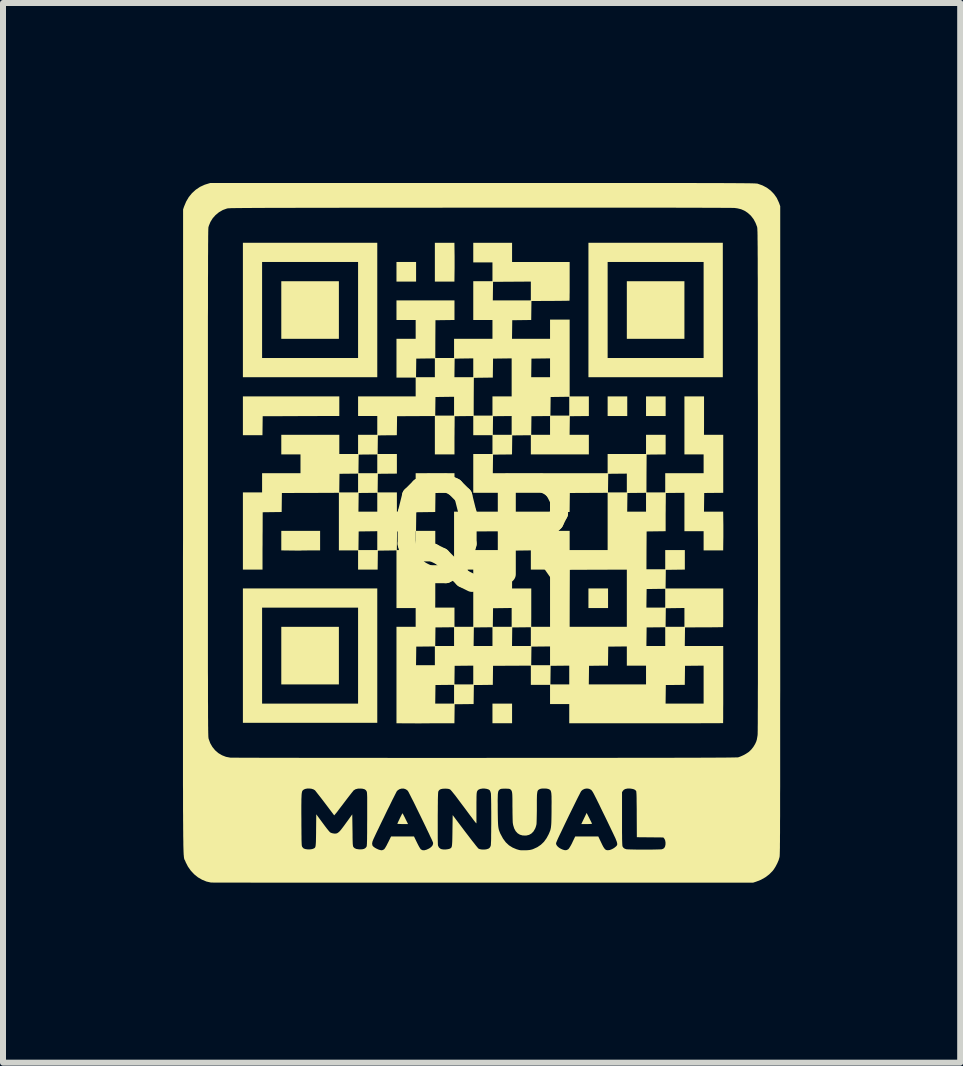
<source format=kicad_pcb>
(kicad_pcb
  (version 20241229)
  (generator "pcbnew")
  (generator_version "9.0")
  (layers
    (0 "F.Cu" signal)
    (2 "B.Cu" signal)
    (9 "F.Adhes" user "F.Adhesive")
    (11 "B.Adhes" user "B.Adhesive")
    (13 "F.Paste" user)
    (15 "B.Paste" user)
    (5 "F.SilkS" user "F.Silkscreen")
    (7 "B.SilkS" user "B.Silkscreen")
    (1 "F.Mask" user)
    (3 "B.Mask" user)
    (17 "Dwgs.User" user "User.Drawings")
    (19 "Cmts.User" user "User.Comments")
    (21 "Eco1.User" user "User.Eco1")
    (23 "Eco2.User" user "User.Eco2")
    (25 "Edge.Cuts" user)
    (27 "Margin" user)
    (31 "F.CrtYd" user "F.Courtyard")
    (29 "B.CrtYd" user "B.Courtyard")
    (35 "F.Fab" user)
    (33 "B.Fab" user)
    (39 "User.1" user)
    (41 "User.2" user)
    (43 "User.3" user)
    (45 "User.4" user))
  (footprint "QR"
    (layer "F.Cu")
    (at 4.999 5.832)
    (property "Reference" "QR" (at 0 0 0) (layer "F.SilkS") (effects (font (size 1.524 1.524) (thickness 0.3))))
    (attr board_only exclude_from_pos_files exclude_from_bom)
    (fp_poly (pts (xy -2.4 -3.234) (xy -3.36 -3.234) (xy -3.36 -4.194) (xy -2.4 -4.194)) (stroke (width 0) (type solid)) (fill yes) (layer "F.SilkS"))
    (fp_poly (pts (xy -2.4 2.527) (xy -3.36 2.527) (xy -3.36 1.567) (xy -2.4 1.567)) (stroke (width 0) (type solid)) (fill yes) (layer "F.SilkS"))
    (fp_poly (pts (xy -1.113 -4.188) (xy -1.44 -4.188) (xy -1.44 -4.515) (xy -1.113 -4.515)) (stroke (width 0) (type solid)) (fill yes) (layer "F.SilkS"))
    (fp_poly (pts (xy 0.487 3.174) (xy 0.16 3.174) (xy 0.16 2.847) (xy 0.487 2.847)) (stroke (width 0) (type solid)) (fill yes) (layer "F.SilkS"))
    (fp_poly (pts (xy 2.087 1.254) (xy 1.76 1.254) (xy 1.76 0.927) (xy 2.087 0.927)) (stroke (width 0) (type solid)) (fill yes) (layer "F.SilkS"))
    (fp_poly (pts (xy 2.407 -1.947) (xy 2.08 -1.947) (xy 2.08 -2.274) (xy 2.407 -2.274)) (stroke (width 0) (type solid)) (fill yes) (layer "F.SilkS"))
    (fp_poly (pts (xy 3.047 -1.947) (xy 2.72 -1.947) (xy 2.72 -2.274) (xy 3.047 -2.274)) (stroke (width 0) (type solid)) (fill yes) (layer "F.SilkS"))
    (fp_poly (pts (xy 3.36 -3.234) (xy 2.4 -3.234) (xy 2.4 -4.194) (xy 3.36 -4.194)) (stroke (width 0) (type solid)) (fill yes) (layer "F.SilkS"))
    (fp_poly (pts (xy -1.76 -2.594) (xy -4 -2.594) (xy -4 -2.914) (xy -3.68 -2.914) (xy -2.08 -2.914) (xy -2.08 -4.515) (xy -3.68 -4.515) (xy -3.68 -2.914) (xy -4 -2.914) (xy -4 -4.835) (xy -1.76 -4.835)) (stroke (width 0) (type solid)) (fill yes) (layer "F.SilkS"))
    (fp_poly (pts (xy -1.76 3.167) (xy -4 3.167) (xy -4 2.847) (xy -3.68 2.847) (xy -2.08 2.847) (xy -2.08 1.247) (xy -3.68 1.247) (xy -3.68 2.847) (xy -4 2.847) (xy -4 0.927) (xy -1.76 0.927)) (stroke (width 0) (type solid)) (fill yes) (layer "F.SilkS"))
    (fp_poly (pts (xy -0.472 -4.673) (xy -0.471 -4.614) (xy -0.471 -4.548) (xy -0.471 -4.478) (xy -0.471 -4.411) (xy -0.472 -4.352) (xy -0.472 -4.349) (xy -0.474 -4.188) (xy -0.8 -4.188) (xy -0.8 -4.835) (xy -0.474 -4.835)) (stroke (width 0) (type solid)) (fill yes) (layer "F.SilkS"))
    (fp_poly (pts (xy 4 -2.594) (xy 1.76 -2.594) (xy 1.76 -2.914) (xy 2.08 -2.914) (xy 3.68 -2.914) (xy 3.68 -4.515) (xy 2.08 -4.515) (xy 2.08 -2.914) (xy 1.76 -2.914) (xy 1.76 -4.835) (xy 4 -4.835)) (stroke (width 0) (type solid)) (fill yes) (layer "F.SilkS"))
    (fp_poly (pts (xy 1.775 4.757) (xy 1.79 4.788) (xy 1.804 4.815) (xy 1.814 4.836) (xy 1.819 4.848) (xy 1.82 4.85) (xy 1.814 4.851) (xy 1.796 4.853) (xy 1.771 4.854) (xy 1.739 4.855) (xy 1.73 4.855) (xy 1.641 4.855) (xy 1.73 4.669)) (stroke (width 0) (type solid)) (fill yes) (layer "F.SilkS"))
    (fp_poly (pts (xy -2.713 0.293) (xy -2.866 0.293) (xy -2.91 0.293) (xy -2.95 0.294) (xy -2.984 0.294) (xy -3.009 0.294) (xy -3.025 0.295) (xy -3.028 0.295) (xy -3.037 0.296) (xy -3.057 0.296) (xy -3.087 0.296) (xy -3.124 0.296) (xy -3.167 0.295) (xy -3.198 0.295) (xy -3.36 0.293) (xy -3.36 -0.033) (xy -2.713 -0.033)) (stroke (width 0) (type solid)) (fill yes) (layer "F.SilkS"))
    (fp_poly (pts (xy -2.393 -1.947) (xy -2.552 -1.947) (xy -2.586 -1.947) (xy -2.631 -1.947) (xy -2.687 -1.947) (xy -2.752 -1.947) (xy -2.823 -1.946) (xy -2.9 -1.946) (xy -2.981 -1.946) (xy -3.065 -1.946) (xy -3.149 -1.945) (xy -3.19 -1.945) (xy -3.67 -1.944) (xy -3.672 -1.785) (xy -3.674 -1.627) (xy -4 -1.627) (xy -4 -2.274) (xy -2.393 -2.274)) (stroke (width 0) (type solid)) (fill yes) (layer "F.SilkS"))
    (fp_poly (pts (xy -1.336 4.68) (xy -1.327 4.696) (xy -1.315 4.719) (xy -1.3 4.748) (xy -1.292 4.765) (xy -1.247 4.855) (xy -1.337 4.855) (xy -1.37 4.854) (xy -1.397 4.853) (xy -1.416 4.852) (xy -1.425 4.85) (xy -1.426 4.849) (xy -1.419 4.834) (xy -1.409 4.812) (xy -1.396 4.785) (xy -1.383 4.757) (xy -1.369 4.729) (xy -1.357 4.705) (xy -1.347 4.686) (xy -1.341 4.676) (xy -1.34 4.675)) (stroke (width 0) (type solid)) (fill yes) (layer "F.SilkS"))
    (fp_poly (pts (xy 0.487 -4.515) (xy 1.447 -4.515) (xy 1.447 -4.353) (xy 1.447 -4.276) (xy 1.447 -4.203) (xy 1.447 -4.134) (xy 1.447 -4.07) (xy 1.447 -4.014) (xy 1.446 -3.965) (xy 1.446 -3.925) (xy 1.445 -3.895) (xy 1.445 -3.876) (xy 1.444 -3.87) (xy 1.437 -3.869) (xy 1.418 -3.869) (xy 1.389 -3.868) (xy 1.35 -3.868) (xy 1.303 -3.867) (xy 1.249 -3.867) (xy 1.189 -3.866) (xy 1.126 -3.866) (xy 0.81 -3.864) (xy 0.808 -3.706) (xy 0.806 -3.548) (xy 0.648 -3.546) (xy 0.49 -3.544) (xy 0.488 -3.389) (xy 0.486 -3.234) (xy 1.12 -3.234) (xy 1.12 -3.554) (xy 1.447 -3.554) (xy 1.447 -3.393) (xy 1.447 -3.358) (xy 1.447 -3.312) (xy 1.447 -3.255) (xy 1.447 -3.19) (xy 1.447 -3.118) (xy 1.447 -3.04) (xy 1.447 -2.959) (xy 1.447 -2.876) (xy 1.447 -2.791) (xy 1.447 -2.752) (xy 1.447 -2.274) (xy 1.767 -2.274) (xy 1.767 -1.947) (xy 1.45 -1.944) (xy 1.448 -1.789) (xy 1.446 -1.634) (xy 1.767 -1.634) (xy 1.767 -1.307) (xy 1.61 -1.307) (xy 1.554 -1.307) (xy 1.49 -1.307) (xy 1.422 -1.307) (xy 1.356 -1.307) (xy 1.296 -1.307) (xy 1.287 -1.307) (xy 1.228 -1.307) (xy 1.162 -1.307) (xy 1.093 -1.307) (xy 1.027 -1.307) (xy 0.968 -1.307) (xy 0.96 -1.307) (xy 0.8 -1.307) (xy 0.8 -1.627) (xy 0.49 -1.624) (xy 0.488 -1.466) (xy 0.486 -1.307) (xy 0.328 -1.305) (xy 0.17 -1.304) (xy 0.168 -1.149) (xy 0.166 -0.994) (xy 2.08 -0.994) (xy 2.08 -1.314) (xy 2.72 -1.314) (xy 2.72 -1.634) (xy 3.047 -1.634) (xy 3.047 -1.307) (xy 2.73 -1.304) (xy 2.728 -0.989) (xy 2.727 -0.674) (xy 3.04 -0.674) (xy 3.04 -0.994) (xy 3.68 -0.994) (xy 3.68 -1.307) (xy 3.36 -1.307) (xy 3.36 -2.274) (xy 3.687 -2.274) (xy 3.687 -2.112) (xy 3.687 -2.054) (xy 3.687 -1.988) (xy 3.687 -1.919) (xy 3.687 -1.853) (xy 3.687 -1.795) (xy 3.687 -1.792) (xy 3.686 -1.634) (xy 4.007 -1.634) (xy 4.007 -1.474) (xy 4.007 -1.417) (xy 4.007 -1.351) (xy 4.007 -1.283) (xy 4.007 -1.216) (xy 4.007 -1.155) (xy 4.007 -1.147) (xy 4.007 -1.089) (xy 4.007 -1.023) (xy 4.007 -0.955) (xy 4.007 -0.89) (xy 4.007 -0.832) (xy 4.007 -0.824) (xy 4.007 -0.667) (xy 3.69 -0.664) (xy 3.688 -0.508) (xy 3.686 -0.353) (xy 4.006 -0.353) (xy 4.008 -0.192) (xy 4.009 -0.133) (xy 4.009 -0.066) (xy 4.009 0.003) (xy 4.009 0.07) (xy 4.008 0.129) (xy 4.008 0.132) (xy 4.006 0.293) (xy 3.68 0.293) (xy 3.68 -0.027) (xy 3.36 -0.027) (xy 3.36 -0.667) (xy 3.05 -0.664) (xy 3.049 -0.503) (xy 3.048 -0.445) (xy 3.048 -0.379) (xy 3.047 -0.311) (xy 3.047 -0.245) (xy 3.047 -0.187) (xy 3.047 -0.185) (xy 3.047 -0.027) (xy 2.73 -0.023) (xy 2.728 0.292) (xy 2.727 0.607) (xy 3.04 0.607) (xy 3.04 0.287) (xy 3.367 0.287) (xy 3.367 0.613) (xy 3.05 0.617) (xy 3.048 0.772) (xy 3.046 0.927) (xy 4.007 0.927) (xy 4.007 1.089) (xy 4.007 1.165) (xy 4.007 1.239) (xy 4.007 1.308) (xy 4.007 1.371) (xy 4.007 1.428) (xy 4.006 1.477) (xy 4.006 1.517) (xy 4.005 1.547) (xy 4.005 1.565) (xy 4.004 1.572) (xy 3.997 1.572) (xy 3.978 1.573) (xy 3.949 1.573) (xy 3.91 1.574) (xy 3.863 1.574) (xy 3.809 1.575) (xy 3.749 1.575) (xy 3.686 1.575) (xy 3.37 1.577) (xy 3.368 1.732) (xy 3.366 1.887) (xy 4.007 1.887) (xy 4.007 2.049) (xy 4.007 2.162) (xy 4.007 2.274) (xy 4.007 2.382) (xy 4.007 2.487) (xy 4.007 2.587) (xy 4.007 2.682) (xy 4.007 2.771) (xy 4.007 2.853) (xy 4.006 2.927) (xy 4.006 2.993) (xy 4.006 3.05) (xy 4.006 3.097) (xy 4.005 3.133) (xy 4.005 3.158) (xy 4.005 3.171) (xy 4.004 3.172) (xy 3.998 3.172) (xy 3.978 3.172) (xy 3.947 3.173) (xy 3.904 3.173) (xy 3.85 3.173) (xy 3.787 3.173) (xy 3.714 3.173) (xy 3.633 3.174) (xy 3.544 3.174) (xy 3.447 3.174) (xy 3.344 3.174) (xy 3.234 3.174) (xy 3.12 3.174) (xy 3.001 3.174) (xy 2.877 3.174) (xy 2.751 3.175) (xy 2.622 3.175) (xy 2.491 3.175) (xy 2.359 3.175) (xy 2.226 3.175) (xy 2.093 3.175) (xy 1.961 3.175) (xy 1.83 3.174) (xy 1.701 3.174) (xy 1.602 3.174) (xy 1.44 3.174) (xy 1.44 2.854) (xy 1.12 2.854) (xy 1.12 2.847) (xy 3.046 2.847) (xy 3.68 2.847) (xy 3.68 2.214) (xy 3.37 2.217) (xy 3.368 2.376) (xy 3.366 2.534) (xy 3.208 2.536) (xy 3.05 2.537) (xy 3.048 2.692) (xy 3.046 2.847) (xy 1.12 2.847) (xy 1.12 2.534) (xy 0.8 2.534) (xy 0.8 2.527) (xy 1.126 2.527) (xy 1.44 2.527) (xy 1.766 2.527) (xy 2.72 2.527) (xy 2.72 2.214) (xy 2.4 2.214) (xy 2.4 1.894) (xy 2.09 1.897) (xy 2.088 2.055) (xy 2.086 2.214) (xy 1.928 2.215) (xy 1.77 2.217) (xy 1.768 2.372) (xy 1.766 2.527) (xy 1.44 2.527) (xy 1.44 2.214) (xy 1.13 2.217) (xy 1.128 2.372) (xy 1.126 2.527) (xy 0.8 2.527) (xy 0.8 2.214) (xy 0.17 2.217) (xy 0.168 2.376) (xy 0.166 2.534) (xy 0.008 2.536) (xy -0.15 2.537) (xy -0.152 2.696) (xy -0.154 2.854) (xy -0.312 2.856) (xy -0.47 2.857) (xy -0.472 3.016) (xy -0.474 3.174) (xy -0.628 3.174) (xy -0.684 3.174) (xy -0.747 3.175) (xy -0.815 3.175) (xy -0.881 3.175) (xy -0.941 3.176) (xy -0.95 3.176) (xy -1.009 3.176) (xy -1.076 3.177) (xy -1.145 3.176) (xy -1.211 3.176) (xy -1.271 3.176) (xy -1.278 3.176) (xy -1.44 3.174) (xy -1.44 2.847) (xy -0.794 2.847) (xy -0.48 2.847) (xy -0.48 2.534) (xy -0.79 2.537) (xy -0.792 2.692) (xy -0.794 2.847) (xy -1.44 2.847) (xy -1.44 2.527) (xy -0.474 2.527) (xy -0.16 2.527) (xy -0.16 2.214) (xy -0.47 2.217) (xy -0.472 2.372) (xy -0.474 2.527) (xy -1.44 2.527) (xy -1.44 2.207) (xy -1.114 2.207) (xy -0.8 2.207) (xy 0.806 2.207) (xy 1.12 2.207) (xy 1.12 1.894) (xy 0.81 1.897) (xy 0.808 2.052) (xy 0.806 2.207) (xy -0.8 2.207) (xy -0.8 1.894) (xy -1.11 1.897) (xy -1.112 2.052) (xy -1.114 2.207) (xy -1.44 2.207) (xy -1.44 1.887) (xy -0.794 1.887) (xy -0.48 1.887) (xy -0.154 1.887) (xy 0.16 1.887) (xy 0.486 1.887) (xy 0.8 1.887) (xy 2.726 1.887) (xy 3.04 1.887) (xy 3.04 1.574) (xy 2.73 1.577) (xy 2.728 1.732) (xy 2.726 1.887) (xy 0.8 1.887) (xy 0.8 1.574) (xy 0.49 1.577) (xy 0.488 1.732) (xy 0.486 1.887) (xy 0.16 1.887) (xy 0.16 1.574) (xy -0.15 1.577) (xy -0.152 1.732) (xy -0.154 1.887) (xy -0.48 1.887) (xy -0.48 1.574) (xy -0.79 1.577) (xy -0.792 1.732) (xy -0.794 1.887) (xy -1.44 1.887) (xy -1.44 1.567) (xy -1.12 1.567) (xy -1.12 1.254) (xy -1.44 1.254) (xy -1.44 0.293) (xy -1.75 0.297) (xy -1.752 0.455) (xy -1.754 0.613) (xy -2.08 0.613) (xy -2.08 0.293) (xy -2.4 0.293) (xy -2.4 0.287) (xy -2.074 0.287) (xy -1.76 0.287) (xy -1.434 0.287) (xy -1.12 0.287) (xy -1.12 -0.027) (xy -1.43 -0.023) (xy -1.432 0.132) (xy -1.434 0.287) (xy -1.76 0.287) (xy -1.76 -0.027) (xy -2.07 -0.023) (xy -2.072 0.132) (xy -2.074 0.287) (xy -2.4 0.287) (xy -2.4 -0.353) (xy -2.074 -0.353) (xy -1.76 -0.353) (xy -1.76 -0.667) (xy -2.07 -0.664) (xy -2.072 -0.508) (xy -2.074 -0.353) (xy -2.4 -0.353) (xy -2.4 -0.667) (xy -2.875 -0.665) (xy -3.35 -0.664) (xy -3.352 -0.505) (xy -3.354 -0.347) (xy -3.512 -0.345) (xy -3.67 -0.343) (xy -3.671 -0.023) (xy -3.672 0.048) (xy -3.672 0.121) (xy -3.672 0.193) (xy -3.673 0.263) (xy -3.673 0.328) (xy -3.673 0.385) (xy -3.673 0.432) (xy -3.673 0.455) (xy -3.673 0.613) (xy -4 0.613) (xy -4 -0.674) (xy -3.68 -0.674) (xy -2.394 -0.674) (xy -2.08 -0.674) (xy -1.754 -0.674) (xy -1.433 -0.674) (xy -1.433 -0.353) (xy -1.12 -0.353) (xy -1.12 -0.994) (xy -0.473 -0.994) (xy -0.473 -0.667) (xy -0.79 -0.664) (xy -0.792 -0.505) (xy -0.794 -0.347) (xy -0.952 -0.345) (xy -1.11 -0.343) (xy -1.112 -0.188) (xy -1.114 -0.033) (xy -0.793 -0.033) (xy -0.793 0.293) (xy -1.11 0.297) (xy -1.112 0.452) (xy -1.114 0.607) (xy -0.793 0.607) (xy -0.793 0.769) (xy -0.793 0.827) (xy -0.793 0.893) (xy -0.793 0.961) (xy -0.793 1.027) (xy -0.793 1.085) (xy -0.793 1.089) (xy -0.794 1.247) (xy -0.473 1.247) (xy -0.473 1.567) (xy -0.16 1.567) (xy 0.166 1.567) (xy 0.48 1.567) (xy 0.48 1.253) (xy 0.17 1.257) (xy 0.168 1.412) (xy 0.166 1.567) (xy -0.16 1.567) (xy -0.16 0.927) (xy 0.487 0.927) (xy 0.807 0.927) (xy 0.807 1.089) (xy 0.807 1.147) (xy 0.807 1.213) (xy 0.807 1.282) (xy 0.807 1.347) (xy 0.807 1.406) (xy 0.807 1.409) (xy 0.806 1.567) (xy 1.12 1.567) (xy 1.447 1.567) (xy 2.4 1.567) (xy 3.046 1.567) (xy 3.36 1.567) (xy 3.36 1.253) (xy 3.05 1.257) (xy 3.048 1.412) (xy 3.046 1.567) (xy 2.4 1.567) (xy 2.4 1.247) (xy 2.726 1.247) (xy 3.04 1.247) (xy 3.04 0.933) (xy 2.73 0.937) (xy 2.728 1.092) (xy 2.726 1.247) (xy 2.4 1.247) (xy 2.4 0.614) (xy 1.925 0.615) (xy 1.45 0.617) (xy 1.448 1.092) (xy 1.447 1.567) (xy 1.12 1.567) (xy 1.12 0.613) (xy 0.8 0.613) (xy 0.8 0.293) (xy 0.49 0.297) (xy 0.488 0.612) (xy 0.487 0.927) (xy -0.16 0.927) (xy -0.16 0.613) (xy -0.48 0.613) (xy -0.48 0.287) (xy -0.154 0.287) (xy 0.48 0.287) (xy 0.48 -0.027) (xy -0.15 -0.023) (xy -0.152 0.132) (xy -0.154 0.287) (xy -0.48 0.287) (xy -0.48 -0.033) (xy 1.126 -0.033) (xy 1.447 -0.033) (xy 1.447 0.287) (xy 2.08 0.287) (xy 2.08 -0.353) (xy 2.406 -0.353) (xy 2.72 -0.353) (xy 2.72 -0.667) (xy 2.41 -0.664) (xy 2.408 -0.508) (xy 2.406 -0.353) (xy 2.08 -0.353) (xy 2.08 -0.667) (xy 1.45 -0.664) (xy 1.448 -0.505) (xy 1.446 -0.347) (xy 1.288 -0.345) (xy 1.13 -0.343) (xy 1.128 -0.188) (xy 1.126 -0.033) (xy -0.48 -0.033) (xy -0.48 -0.353) (xy 1.12 -0.353) (xy 1.12 -0.667) (xy 0.642 -0.667) (xy 0.558 -0.667) (xy 0.474 -0.667) (xy 0.391 -0.667) (xy 0.312 -0.667) (xy 0.237 -0.667) (xy 0.168 -0.667) (xy 0.108 -0.667) (xy 0.056 -0.667) (xy 0.016 -0.667) (xy 0.002 -0.667) (xy -0.16 -0.667) (xy -0.16 -0.674) (xy 2.086 -0.674) (xy 2.4 -0.674) (xy 2.4 -0.987) (xy 2.09 -0.984) (xy 2.088 -0.829) (xy 2.086 -0.674) (xy -0.16 -0.674) (xy -0.16 -1.314) (xy 0.16 -1.314) (xy 0.16 -1.627) (xy -0.16 -1.627) (xy -0.16 -1.634) (xy 0.166 -1.634) (xy 0.48 -1.634) (xy 0.806 -1.634) (xy 1.12 -1.634) (xy 1.12 -1.947) (xy 0.81 -1.944) (xy 0.808 -1.789) (xy 0.806 -1.634) (xy 0.48 -1.634) (xy 0.48 -1.947) (xy 0.17 -1.944) (xy 0.168 -1.789) (xy 0.166 -1.634) (xy -0.16 -1.634) (xy -0.16 -1.947) (xy -0.47 -1.944) (xy -0.471 -1.784) (xy -0.472 -1.726) (xy -0.472 -1.66) (xy -0.473 -1.591) (xy -0.473 -1.525) (xy -0.473 -1.467) (xy -0.473 -1.465) (xy -0.473 -1.307) (xy -0.8 -1.307) (xy -0.8 -1.947) (xy -1.43 -1.944) (xy -1.432 -1.786) (xy -1.434 -1.627) (xy -1.592 -1.626) (xy -1.75 -1.624) (xy -1.752 -1.469) (xy -1.754 -1.314) (xy -1.433 -1.314) (xy -1.433 -0.987) (xy -1.75 -0.984) (xy -1.752 -0.829) (xy -1.754 -0.674) (xy -2.08 -0.674) (xy -2.08 -0.987) (xy -2.39 -0.984) (xy -2.392 -0.829) (xy -2.394 -0.674) (xy -3.68 -0.674) (xy -3.68 -0.994) (xy -3.04 -0.994) (xy -2.074 -0.994) (xy -1.76 -0.994) (xy -1.76 -1.307) (xy -2.07 -1.304) (xy -2.072 -1.149) (xy -2.074 -0.994) (xy -3.04 -0.994) (xy -3.04 -1.307) (xy -3.36 -1.307) (xy -3.36 -1.634) (xy -2.393 -1.634) (xy -2.393 -1.314) (xy -2.08 -1.314) (xy -2.08 -1.634) (xy -1.76 -1.634) (xy -1.76 -1.947) (xy -2.08 -1.947) (xy -2.08 -1.954) (xy -0.794 -1.954) (xy -0.48 -1.954) (xy -0.153 -1.954) (xy 0.16 -1.954) (xy 1.126 -1.954) (xy 1.44 -1.954) (xy 1.44 -2.268) (xy 1.13 -2.264) (xy 1.128 -2.109) (xy 1.126 -1.954) (xy 0.16 -1.954) (xy 0.16 -2.274) (xy 0.48 -2.274) (xy 0.48 -2.594) (xy 0.806 -2.594) (xy 1.12 -2.594) (xy 1.12 -2.908) (xy 0.81 -2.904) (xy 0.808 -2.749) (xy 0.806 -2.594) (xy 0.48 -2.594) (xy 0.48 -2.908) (xy 0.17 -2.904) (xy 0.168 -2.746) (xy 0.166 -2.588) (xy 0.008 -2.586) (xy -0.15 -2.584) (xy -0.152 -2.269) (xy -0.153 -1.954) (xy -0.48 -1.954) (xy -0.48 -2.268) (xy -0.79 -2.264) (xy -0.792 -2.109) (xy -0.794 -1.954) (xy -2.08 -1.954) (xy -2.08 -2.274) (xy -1.12 -2.274) (xy -1.12 -2.587) (xy -1.44 -2.587) (xy -1.44 -2.594) (xy -1.114 -2.594) (xy -0.8 -2.594) (xy -0.474 -2.594) (xy -0.16 -2.594) (xy -0.16 -2.908) (xy -0.47 -2.904) (xy -0.472 -2.749) (xy -0.474 -2.594) (xy -0.8 -2.594) (xy -0.8 -2.908) (xy -1.11 -2.904) (xy -1.112 -2.749) (xy -1.114 -2.594) (xy -1.44 -2.594) (xy -1.44 -3.234) (xy -1.12 -3.234) (xy -1.12 -3.548) (xy -1.44 -3.548) (xy -1.44 -3.874) (xy -0.473 -3.874) (xy -0.473 -3.548) (xy -0.79 -3.544) (xy -0.792 -3.229) (xy -0.793 -2.914) (xy -0.48 -2.914) (xy -0.48 -3.234) (xy 0.16 -3.234) (xy 0.16 -3.548) (xy -0.16 -3.548) (xy -0.16 -3.874) (xy 0.166 -3.874) (xy 0.8 -3.874) (xy 0.8 -4.188) (xy 0.17 -4.184) (xy 0.168 -4.029) (xy 0.166 -3.874) (xy -0.16 -3.874) (xy -0.16 -4.194) (xy 0.16 -4.194) (xy 0.16 -4.508) (xy -0.16 -4.508) (xy -0.16 -4.835) (xy 0.487 -4.835)) (stroke (width 0) (type solid)) (fill yes) (layer "F.SilkS"))
    (fp_poly (pts (xy 0.573 -5.832) (xy 0.842 -5.832) (xy 1.099 -5.832) (xy 1.344 -5.832) (xy 1.576 -5.831) (xy 1.797 -5.831) (xy 2.007 -5.831) (xy 2.206 -5.831) (xy 2.395 -5.831) (xy 2.572 -5.831) (xy 2.74 -5.831) (xy 2.898 -5.831) (xy 3.047 -5.831) (xy 3.186 -5.831) (xy 3.317 -5.831) (xy 3.439 -5.831) (xy 3.553 -5.831) (xy 3.659 -5.83) (xy 3.757 -5.83) (xy 3.848 -5.83) (xy 3.931 -5.83) (xy 4.008 -5.83) (xy 4.078 -5.829) (xy 4.143 -5.829) (xy 4.201 -5.829) (xy 4.254 -5.828) (xy 4.301 -5.828) (xy 4.344 -5.828) (xy 4.381 -5.827) (xy 4.415 -5.827) (xy 4.444 -5.827) (xy 4.469 -5.826) (xy 4.491 -5.826) (xy 4.51 -5.825) (xy 4.526 -5.825) (xy 4.539 -5.824) (xy 4.55 -5.823) (xy 4.559 -5.823) (xy 4.566 -5.822) (xy 4.572 -5.821) (xy 4.576 -5.821) (xy 4.58 -5.82) (xy 4.583 -5.819) (xy 4.662 -5.791) (xy 4.734 -5.753) (xy 4.798 -5.705) (xy 4.853 -5.648) (xy 4.899 -5.583) (xy 4.933 -5.51) (xy 4.938 -5.498) (xy 4.957 -5.445) (xy 4.957 0.279) (xy 4.957 0.588) (xy 4.957 0.885) (xy 4.957 1.169) (xy 4.957 1.441) (xy 4.957 1.7) (xy 4.957 1.948) (xy 4.957 2.185) (xy 4.957 2.41) (xy 4.957 2.625) (xy 4.956 2.829) (xy 4.956 3.023) (xy 4.956 3.206) (xy 4.956 3.38) (xy 4.956 3.544) (xy 4.956 3.699) (xy 4.956 3.846) (xy 4.956 3.983) (xy 4.956 4.112) (xy 4.956 4.233) (xy 4.955 4.346) (xy 4.955 4.451) (xy 4.955 4.549) (xy 4.955 4.64) (xy 4.955 4.724) (xy 4.954 4.801) (xy 4.954 4.873) (xy 4.954 4.938) (xy 4.954 4.998) (xy 4.953 5.052) (xy 4.953 5.101) (xy 4.953 5.145) (xy 4.952 5.185) (xy 4.952 5.22) (xy 4.952 5.251) (xy 4.951 5.279) (xy 4.951 5.303) (xy 4.95 5.323) (xy 4.95 5.341) (xy 4.949 5.356) (xy 4.949 5.369) (xy 4.948 5.379) (xy 4.948 5.388) (xy 4.947 5.395) (xy 4.946 5.4) (xy 4.946 5.405) (xy 4.945 5.408) (xy 4.944 5.41) (xy 4.93 5.458) (xy 4.908 5.509) (xy 4.881 5.561) (xy 4.851 5.609) (xy 4.83 5.636) (xy 4.774 5.693) (xy 4.708 5.743) (xy 4.635 5.784) (xy 4.556 5.815) (xy 4.553 5.816) (xy 4.503 5.832) (xy -0.003 5.832) (xy -0.248 5.832) (xy -0.49 5.832) (xy -0.728 5.832) (xy -0.961 5.832) (xy -1.191 5.832) (xy -1.416 5.832) (xy -1.636 5.832) (xy -1.851 5.832) (xy -2.06 5.832) (xy -2.263 5.832) (xy -2.46 5.832) (xy -2.65 5.832) (xy -2.833 5.832) (xy -3.008 5.832) (xy -3.176 5.832) (xy -3.336 5.832) (xy -3.487 5.832) (xy -3.63 5.832) (xy -3.763 5.832) (xy -3.887 5.831) (xy -4.001 5.831) (xy -4.105 5.831) (xy -4.199 5.831) (xy -4.281 5.831) (xy -4.353 5.831) (xy -4.412 5.831) (xy -4.46 5.831) (xy -4.496 5.83) (xy -4.519 5.83) (xy -4.53 5.83) (xy -4.53 5.83) (xy -4.607 5.813) (xy -4.68 5.783) (xy -4.749 5.743) (xy -4.812 5.692) (xy -4.868 5.632) (xy -4.916 5.564) (xy -4.954 5.49) (xy -4.96 5.473) (xy -4.962 5.468) (xy -4.965 5.463) (xy -4.967 5.459) (xy -4.969 5.455) (xy -4.971 5.452) (xy -4.973 5.448) (xy -4.975 5.444) (xy -4.977 5.44) (xy -4.978 5.434) (xy -4.98 5.427) (xy -4.981 5.419) (xy -4.983 5.409) (xy -4.984 5.397) (xy -4.985 5.382) (xy -4.987 5.366) (xy -4.988 5.346) (xy -4.989 5.323) (xy -4.99 5.297) (xy -4.991 5.267) (xy -4.992 5.233) (xy -4.993 5.195) (xy -4.993 5.152) (xy -4.994 5.105) (xy -4.995 5.053) (xy -4.995 4.995) (xy -4.996 4.932) (xy -4.996 4.863) (xy -4.997 4.788) (xy -4.997 4.707) (xy -4.998 4.619) (xy -4.998 4.607) (xy -3.026 4.607) (xy -3.026 4.683) (xy -3.025 4.772) (xy -3.025 4.796) (xy -3.025 4.881) (xy -3.024 4.954) (xy -3.024 5.016) (xy -3.023 5.067) (xy -3.023 5.109) (xy -3.022 5.143) (xy -3.021 5.17) (xy -3.02 5.19) (xy -3.019 5.206) (xy -3.017 5.217) (xy -3.015 5.225) (xy -3.013 5.23) (xy -3.012 5.233) (xy -3 5.249) (xy -2.987 5.261) (xy -2.986 5.262) (xy -2.957 5.272) (xy -2.921 5.277) (xy -2.882 5.277) (xy -2.846 5.272) (xy -2.823 5.264) (xy -2.814 5.259) (xy -2.806 5.255) (xy -2.799 5.248) (xy -2.794 5.239) (xy -2.79 5.227) (xy -2.787 5.208) (xy -2.785 5.184) (xy -2.783 5.152) (xy -2.782 5.11) (xy -2.781 5.059) (xy -2.78 4.996) (xy -2.78 4.958) (xy -2.777 4.692) (xy -2.67 4.837) (xy -2.633 4.887) (xy -2.601 4.929) (xy -2.575 4.961) (xy -2.555 4.984) (xy -2.542 4.996) (xy -2.541 4.996) (xy -2.514 5.007) (xy -2.48 5.013) (xy -2.463 5.014) (xy -2.447 5.012) (xy -2.432 5.009) (xy -2.418 5.001) (xy -2.402 4.989) (xy -2.384 4.972) (xy -2.363 4.947) (xy -2.339 4.916) (xy -2.309 4.876) (xy -2.273 4.826) (xy -2.25 4.795) (xy -2.177 4.693) (xy -2.173 4.956) (xy -2.172 5.022) (xy -2.172 5.077) (xy -2.171 5.121) (xy -2.17 5.155) (xy -2.169 5.182) (xy -2.167 5.201) (xy -2.165 5.216) (xy -2.163 5.225) (xy -2.16 5.233) (xy -2.158 5.237) (xy -2.138 5.257) (xy -2.108 5.27) (xy -2.067 5.276) (xy -2.047 5.277) (xy -2.008 5.275) (xy -1.98 5.268) (xy -1.958 5.255) (xy -1.944 5.239) (xy -1.941 5.235) (xy -1.939 5.231) (xy -1.937 5.225) (xy -1.935 5.216) (xy -1.934 5.204) (xy -1.933 5.187) (xy -1.932 5.179) (xy -1.846 5.179) (xy -1.842 5.206) (xy -1.836 5.219) (xy -1.82 5.235) (xy -1.796 5.252) (xy -1.766 5.268) (xy -1.736 5.281) (xy -1.707 5.289) (xy -1.684 5.292) (xy -1.68 5.291) (xy -1.662 5.284) (xy -1.647 5.276) (xy -1.637 5.265) (xy -1.623 5.243) (xy -1.605 5.212) (xy -1.585 5.172) (xy -1.58 5.163) (xy -1.53 5.061) (xy -1.148 5.061) (xy -1.098 5.164) (xy -1.079 5.202) (xy -1.062 5.234) (xy -1.047 5.258) (xy -1.036 5.274) (xy -1.033 5.277) (xy -1.007 5.29) (xy -0.977 5.292) (xy -0.943 5.283) (xy -0.939 5.282) (xy -0.896 5.262) (xy -0.863 5.239) (xy -0.841 5.214) (xy -0.83 5.187) (xy -0.83 5.166) (xy -0.834 5.155) (xy -0.843 5.133) (xy -0.857 5.102) (xy -0.876 5.063) (xy -0.897 5.017) (xy -0.922 4.965) (xy -0.93 4.949) (xy -0.752 4.949) (xy -0.752 5.026) (xy -0.752 5.09) (xy -0.751 5.141) (xy -0.75 5.179) (xy -0.749 5.204) (xy -0.747 5.215) (xy -0.732 5.245) (xy -0.707 5.266) (xy -0.687 5.274) (xy -0.662 5.278) (xy -0.629 5.279) (xy -0.596 5.276) (xy -0.566 5.27) (xy -0.551 5.265) (xy -0.541 5.26) (xy -0.533 5.254) (xy -0.526 5.247) (xy -0.521 5.237) (xy -0.517 5.223) (xy -0.514 5.203) (xy -0.512 5.177) (xy -0.51 5.142) (xy -0.509 5.099) (xy -0.508 5.044) (xy -0.507 4.978) (xy -0.507 4.962) (xy -0.503 4.705) (xy -0.295 4.982) (xy -0.254 5.035) (xy -0.215 5.086) (xy -0.18 5.132) (xy -0.147 5.173) (xy -0.12 5.208) (xy -0.097 5.236) (xy -0.081 5.255) (xy -0.071 5.265) (xy -0.07 5.266) (xy -0.047 5.274) (xy -0.016 5.279) (xy 0.019 5.28) (xy 0.052 5.277) (xy 0.061 5.275) (xy 0.093 5.265) (xy 0.114 5.249) (xy 0.128 5.225) (xy 0.133 5.208) (xy 0.134 5.195) (xy 0.135 5.17) (xy 0.137 5.135) (xy 0.138 5.09) (xy 0.138 5.039) (xy 0.139 4.981) (xy 0.139 4.918) (xy 0.14 4.853) (xy 0.14 4.785) (xy 0.14 4.718) (xy 0.14 4.651) (xy 0.139 4.588) (xy 0.139 4.528) (xy 0.138 4.474) (xy 0.138 4.468) (xy 0.247 4.468) (xy 0.248 4.526) (xy 0.248 4.595) (xy 0.248 4.618) (xy 0.249 4.69) (xy 0.25 4.751) (xy 0.251 4.801) (xy 0.253 4.843) (xy 0.255 4.877) (xy 0.258 4.905) (xy 0.262 4.929) (xy 0.267 4.951) (xy 0.274 4.971) (xy 0.282 4.992) (xy 0.291 5.014) (xy 0.297 5.025) (xy 0.336 5.097) (xy 0.382 5.159) (xy 0.435 5.209) (xy 0.496 5.247) (xy 0.56 5.274) (xy 0.587 5.282) (xy 0.609 5.288) (xy 0.629 5.291) (xy 0.651 5.292) (xy 0.678 5.292) (xy 0.713 5.292) (xy 0.751 5.29) (xy 0.78 5.287) (xy 0.805 5.282) (xy 0.83 5.275) (xy 0.84 5.271) (xy 0.908 5.24) (xy 0.967 5.2) (xy 0.989 5.179) (xy 1.22 5.179) (xy 1.226 5.202) (xy 1.244 5.226) (xy 1.27 5.249) (xy 1.304 5.269) (xy 1.335 5.282) (xy 1.37 5.291) (xy 1.398 5.288) (xy 1.423 5.275) (xy 1.429 5.269) (xy 1.439 5.256) (xy 1.453 5.234) (xy 1.47 5.205) (xy 1.488 5.17) (xy 1.494 5.156) (xy 1.54 5.061) (xy 1.924 5.061) (xy 1.97 5.158) (xy 1.991 5.202) (xy 2.009 5.236) (xy 2.025 5.26) (xy 2.04 5.277) (xy 2.055 5.286) (xy 2.072 5.291) (xy 2.085 5.291) (xy 2.117 5.287) (xy 2.153 5.273) (xy 2.187 5.254) (xy 2.216 5.231) (xy 2.217 5.23) (xy 2.227 5.22) (xy 2.234 5.211) (xy 2.239 5.2) (xy 2.24 5.187) (xy 2.238 5.172) (xy 2.233 5.151) (xy 2.223 5.125) (xy 2.21 5.092) (xy 2.191 5.052) (xy 2.167 5.001) (xy 2.138 4.941) (xy 2.129 4.922) (xy 2.081 4.822) (xy 2.054 4.766) (xy 2.32 4.766) (xy 2.32 4.855) (xy 2.32 4.932) (xy 2.32 4.997) (xy 2.321 5.052) (xy 2.321 5.098) (xy 2.322 5.135) (xy 2.323 5.164) (xy 2.324 5.187) (xy 2.325 5.204) (xy 2.326 5.216) (xy 2.328 5.225) (xy 2.33 5.231) (xy 2.33 5.231) (xy 2.345 5.252) (xy 2.366 5.266) (xy 2.394 5.275) (xy 2.407 5.276) (xy 2.431 5.277) (xy 2.465 5.278) (xy 2.507 5.279) (xy 2.555 5.28) (xy 2.608 5.28) (xy 2.663 5.28) (xy 2.719 5.28) (xy 2.774 5.28) (xy 2.827 5.28) (xy 2.874 5.279) (xy 2.916 5.278) (xy 2.949 5.277) (xy 2.972 5.276) (xy 2.983 5.275) (xy 3.004 5.267) (xy 3.022 5.255) (xy 3.024 5.252) (xy 3.037 5.229) (xy 3.044 5.198) (xy 3.045 5.164) (xy 3.04 5.131) (xy 3.029 5.104) (xy 3.023 5.096) (xy 3.008 5.078) (xy 2.788 5.076) (xy 2.567 5.074) (xy 2.565 4.696) (xy 2.565 4.611) (xy 2.564 4.538) (xy 2.563 4.477) (xy 2.563 4.426) (xy 2.562 4.386) (xy 2.561 4.354) (xy 2.559 4.331) (xy 2.558 4.315) (xy 2.556 4.306) (xy 2.555 4.303) (xy 2.536 4.284) (xy 2.506 4.271) (xy 2.465 4.264) (xy 2.453 4.263) (xy 2.41 4.263) (xy 2.376 4.27) (xy 2.351 4.283) (xy 2.335 4.3) (xy 2.32 4.323) (xy 2.32 4.766) (xy 2.054 4.766) (xy 2.038 4.733) (xy 2 4.656) (xy 1.967 4.588) (xy 1.939 4.529) (xy 1.914 4.479) (xy 1.893 4.436) (xy 1.875 4.401) (xy 1.86 4.371) (xy 1.848 4.348) (xy 1.838 4.33) (xy 1.829 4.315) (xy 1.822 4.305) (xy 1.816 4.297) (xy 1.811 4.291) (xy 1.806 4.286) (xy 1.804 4.284) (xy 1.771 4.267) (xy 1.735 4.262) (xy 1.699 4.267) (xy 1.664 4.283) (xy 1.642 4.303) (xy 1.636 4.311) (xy 1.625 4.331) (xy 1.61 4.361) (xy 1.59 4.399) (xy 1.567 4.445) (xy 1.541 4.498) (xy 1.512 4.557) (xy 1.481 4.62) (xy 1.448 4.687) (xy 1.439 4.705) (xy 1.398 4.79) (xy 1.362 4.865) (xy 1.332 4.928) (xy 1.306 4.983) (xy 1.284 5.028) (xy 1.266 5.066) (xy 1.252 5.096) (xy 1.241 5.121) (xy 1.233 5.14) (xy 1.227 5.154) (xy 1.223 5.165) (xy 1.221 5.172) (xy 1.22 5.178) (xy 1.22 5.179) (xy 0.989 5.179) (xy 1.019 5.15) (xy 1.062 5.09) (xy 1.097 5.025) (xy 1.107 5.002) (xy 1.116 4.98) (xy 1.124 4.96) (xy 1.129 4.939) (xy 1.134 4.917) (xy 1.137 4.89) (xy 1.14 4.859) (xy 1.142 4.821) (xy 1.143 4.774) (xy 1.144 4.718) (xy 1.145 4.651) (xy 1.145 4.621) (xy 1.145 4.548) (xy 1.146 4.487) (xy 1.145 4.436) (xy 1.145 4.395) (xy 1.143 4.363) (xy 1.141 4.338) (xy 1.137 4.319) (xy 1.133 4.305) (xy 1.128 4.295) (xy 1.121 4.286) (xy 1.112 4.279) (xy 1.111 4.279) (xy 1.092 4.27) (xy 1.064 4.264) (xy 1.032 4.262) (xy 0.998 4.262) (xy 0.969 4.265) (xy 0.947 4.272) (xy 0.935 4.279) (xy 0.926 4.285) (xy 0.918 4.294) (xy 0.912 4.305) (xy 0.908 4.321) (xy 0.905 4.342) (xy 0.902 4.37) (xy 0.901 4.406) (xy 0.9 4.452) (xy 0.9 4.509) (xy 0.9 4.575) (xy 0.9 4.632) (xy 0.899 4.687) (xy 0.898 4.737) (xy 0.897 4.781) (xy 0.896 4.817) (xy 0.895 4.843) (xy 0.894 4.857) (xy 0.887 4.886) (xy 0.877 4.917) (xy 0.87 4.933) (xy 0.843 4.979) (xy 0.81 5.012) (xy 0.77 5.035) (xy 0.723 5.046) (xy 0.716 5.046) (xy 0.664 5.045) (xy 0.618 5.032) (xy 0.579 5.008) (xy 0.547 4.973) (xy 0.522 4.927) (xy 0.505 4.871) (xy 0.5 4.842) (xy 0.498 4.825) (xy 0.497 4.796) (xy 0.496 4.758) (xy 0.495 4.712) (xy 0.494 4.661) (xy 0.494 4.606) (xy 0.493 4.566) (xy 0.493 4.5) (xy 0.493 4.446) (xy 0.492 4.403) (xy 0.491 4.369) (xy 0.489 4.343) (xy 0.486 4.323) (xy 0.482 4.308) (xy 0.477 4.297) (xy 0.471 4.288) (xy 0.463 4.28) (xy 0.46 4.278) (xy 0.452 4.272) (xy 0.441 4.268) (xy 0.425 4.266) (xy 0.401 4.265) (xy 0.373 4.264) (xy 0.34 4.265) (xy 0.317 4.266) (xy 0.302 4.269) (xy 0.29 4.273) (xy 0.282 4.278) (xy 0.274 4.285) (xy 0.267 4.293) (xy 0.261 4.302) (xy 0.256 4.315) (xy 0.253 4.332) (xy 0.25 4.355) (xy 0.249 4.384) (xy 0.248 4.422) (xy 0.247 4.468) (xy 0.138 4.468) (xy 0.137 4.427) (xy 0.136 4.389) (xy 0.135 4.36) (xy 0.134 4.343) (xy 0.133 4.341) (xy 0.127 4.317) (xy 0.118 4.298) (xy 0.113 4.29) (xy 0.093 4.277) (xy 0.064 4.268) (xy 0.029 4.263) (xy -0.007 4.263) (xy -0.043 4.269) (xy -0.069 4.279) (xy -0.087 4.295) (xy -0.095 4.308) (xy -0.098 4.315) (xy -0.1 4.324) (xy -0.102 4.336) (xy -0.104 4.352) (xy -0.105 4.375) (xy -0.106 4.404) (xy -0.106 4.442) (xy -0.107 4.49) (xy -0.107 4.55) (xy -0.107 4.588) (xy -0.107 4.844) (xy -0.12 4.831) (xy -0.127 4.823) (xy -0.141 4.805) (xy -0.161 4.779) (xy -0.186 4.745) (xy -0.216 4.706) (xy -0.25 4.66) (xy -0.286 4.611) (xy -0.325 4.559) (xy -0.329 4.554) (xy -0.38 4.486) (xy -0.424 4.427) (xy -0.46 4.379) (xy -0.491 4.341) (xy -0.514 4.312) (xy -0.532 4.292) (xy -0.543 4.28) (xy -0.547 4.278) (xy -0.562 4.271) (xy -0.581 4.267) (xy -0.606 4.265) (xy -0.627 4.264) (xy -0.668 4.266) (xy -0.699 4.272) (xy -0.721 4.283) (xy -0.736 4.3) (xy -0.739 4.304) (xy -0.741 4.309) (xy -0.743 4.316) (xy -0.745 4.326) (xy -0.746 4.339) (xy -0.747 4.358) (xy -0.748 4.382) (xy -0.749 4.413) (xy -0.75 4.452) (xy -0.75 4.5) (xy -0.751 4.558) (xy -0.751 4.626) (xy -0.752 4.707) (xy -0.752 4.758) (xy -0.752 4.86) (xy -0.752 4.949) (xy -0.93 4.949) (xy -0.949 4.908) (xy -0.978 4.848) (xy -1.008 4.786) (xy -1.039 4.722) (xy -1.07 4.659) (xy -1.1 4.598) (xy -1.129 4.538) (xy -1.156 4.483) (xy -1.182 4.433) (xy -1.204 4.389) (xy -1.223 4.352) (xy -1.237 4.324) (xy -1.248 4.306) (xy -1.252 4.299) (xy -1.282 4.276) (xy -1.316 4.264) (xy -1.352 4.263) (xy -1.387 4.272) (xy -1.418 4.291) (xy -1.435 4.309) (xy -1.44 4.318) (xy -1.45 4.338) (xy -1.465 4.367) (xy -1.484 4.405) (xy -1.507 4.45) (xy -1.532 4.501) (xy -1.559 4.557) (xy -1.589 4.616) (xy -1.619 4.678) (xy -1.649 4.741) (xy -1.68 4.804) (xy -1.71 4.866) (xy -1.738 4.925) (xy -1.765 4.98) (xy -1.789 5.031) (xy -1.81 5.076) (xy -1.824 5.106) (xy -1.84 5.146) (xy -1.846 5.179) (xy -1.932 5.179) (xy -1.932 5.165) (xy -1.931 5.136) (xy -1.93 5.1) (xy -1.93 5.055) (xy -1.929 5.001) (xy -1.929 4.937) (xy -1.929 4.861) (xy -1.928 4.776) (xy -1.928 4.687) (xy -1.928 4.612) (xy -1.928 4.547) (xy -1.928 4.493) (xy -1.928 4.448) (xy -1.928 4.411) (xy -1.929 4.382) (xy -1.93 4.36) (xy -1.931 4.343) (xy -1.932 4.33) (xy -1.934 4.32) (xy -1.936 4.314) (xy -1.938 4.308) (xy -1.938 4.308) (xy -1.952 4.288) (xy -1.973 4.274) (xy -2.003 4.266) (xy -2.033 4.263) (xy -2.082 4.264) (xy -2.122 4.274) (xy -2.153 4.293) (xy -2.157 4.297) (xy -2.165 4.308) (xy -2.181 4.327) (xy -2.203 4.355) (xy -2.229 4.388) (xy -2.259 4.427) (xy -2.291 4.469) (xy -2.31 4.494) (xy -2.343 4.538) (xy -2.374 4.578) (xy -2.402 4.615) (xy -2.425 4.646) (xy -2.444 4.67) (xy -2.457 4.685) (xy -2.461 4.69) (xy -2.478 4.71) (xy -2.632 4.506) (xy -2.667 4.46) (xy -2.7 4.417) (xy -2.73 4.379) (xy -2.756 4.346) (xy -2.777 4.319) (xy -2.791 4.301) (xy -2.799 4.292) (xy -2.8 4.291) (xy -2.825 4.276) (xy -2.857 4.266) (xy -2.894 4.262) (xy -2.93 4.263) (xy -2.964 4.27) (xy -2.99 4.283) (xy -2.999 4.291) (xy -3.005 4.297) (xy -3.01 4.305) (xy -3.014 4.316) (xy -3.017 4.33) (xy -3.02 4.349) (xy -3.022 4.373) (xy -3.023 4.403) (xy -3.025 4.441) (xy -3.025 4.486) (xy -3.026 4.541) (xy -3.026 4.607) (xy -4.998 4.607) (xy -4.998 4.523) (xy -4.998 4.421) (xy -4.998 4.311) (xy -4.999 4.194) (xy -4.999 4.069) (xy -4.999 3.935) (xy -4.999 3.792) (xy -4.999 3.641) (xy -4.999 3.481) (xy -4.999 3.311) (xy -4.999 3.132) (xy -4.999 2.943) (xy -4.999 2.743) (xy -4.999 2.533) (xy -4.999 2.313) (xy -4.999 2.081) (xy -4.999 1.838) (xy -4.999 1.584) (xy -4.999 1.317) (xy -4.999 1.039) (xy -4.999 0.748) (xy -4.999 0.445) (xy -4.998 0.128) (xy -4.998 -0.043) (xy -4.998 -0.834) (xy -4.583 -0.834) (xy -4.583 -0.549) (xy -4.583 -0.278) (xy -4.583 -0.019) (xy -4.583 0.227) (xy -4.583 0.461) (xy -4.583 0.683) (xy -4.583 0.894) (xy -4.583 1.094) (xy -4.583 1.282) (xy -4.583 1.461) (xy -4.583 1.628) (xy -4.583 1.786) (xy -4.583 1.935) (xy -4.583 2.074) (xy -4.583 2.204) (xy -4.583 2.325) (xy -4.582 2.438) (xy -4.582 2.543) (xy -4.582 2.64) (xy -4.582 2.73) (xy -4.582 2.812) (xy -4.581 2.888) (xy -4.581 2.957) (xy -4.581 3.019) (xy -4.581 3.076) (xy -4.58 3.127) (xy -4.58 3.173) (xy -4.58 3.214) (xy -4.579 3.25) (xy -4.579 3.282) (xy -4.578 3.31) (xy -4.578 3.334) (xy -4.577 3.354) (xy -4.577 3.372) (xy -4.576 3.386) (xy -4.576 3.398) (xy -4.575 3.408) (xy -4.574 3.416) (xy -4.573 3.422) (xy -4.573 3.427) (xy -4.572 3.431) (xy -4.571 3.434) (xy -4.571 3.434) (xy -4.545 3.506) (xy -4.508 3.57) (xy -4.463 3.625) (xy -4.409 3.672) (xy -4.348 3.708) (xy -4.282 3.734) (xy -4.213 3.747) (xy -4.204 3.748) (xy -4.182 3.748) (xy -4.147 3.748) (xy -4.099 3.748) (xy -4.04 3.749) (xy -3.969 3.749) (xy -3.888 3.749) (xy -3.795 3.749) (xy -3.692 3.75) (xy -3.579 3.75) (xy -3.456 3.75) (xy -3.323 3.75) (xy -3.182 3.75) (xy -3.032 3.751) (xy -2.874 3.751) (xy -2.708 3.751) (xy -2.535 3.751) (xy -2.354 3.751) (xy -2.166 3.751) (xy -1.972 3.751) (xy -1.772 3.751) (xy -1.566 3.752) (xy -1.355 3.752) (xy -1.138 3.752) (xy -0.917 3.752) (xy -0.692 3.752) (xy -0.463 3.752) (xy -0.23 3.752) (xy 0.006 3.752) (xy 0.03 3.752) (xy 0.321 3.751) (xy 0.599 3.751) (xy 0.864 3.751) (xy 1.117 3.751) (xy 1.357 3.751) (xy 1.586 3.751) (xy 1.802 3.751) (xy 2.008 3.751) (xy 2.202 3.751) (xy 2.385 3.75) (xy 2.558 3.75) (xy 2.721 3.75) (xy 2.873 3.75) (xy 3.016 3.75) (xy 3.15 3.75) (xy 3.274 3.749) (xy 3.389 3.749) (xy 3.496 3.749) (xy 3.594 3.749) (xy 3.684 3.748) (xy 3.767 3.748) (xy 3.842 3.748) (xy 3.909 3.747) (xy 3.97 3.747) (xy 4.024 3.747) (xy 4.072 3.746) (xy 4.113 3.746) (xy 4.149 3.745) (xy 4.179 3.745) (xy 4.204 3.744) (xy 4.223 3.744) (xy 4.238 3.743) (xy 4.249 3.743) (xy 4.255 3.742) (xy 4.257 3.742) (xy 4.296 3.728) (xy 4.341 3.708) (xy 4.385 3.684) (xy 4.425 3.658) (xy 4.438 3.648) (xy 4.474 3.613) (xy 4.509 3.569) (xy 4.538 3.521) (xy 4.559 3.475) (xy 4.559 3.473) (xy 4.567 3.447) (xy 4.573 3.413) (xy 4.579 3.378) (xy 4.58 3.364) (xy 4.581 3.352) (xy 4.581 3.327) (xy 4.582 3.289) (xy 4.582 3.237) (xy 4.583 3.173) (xy 4.583 3.095) (xy 4.583 3.004) (xy 4.584 2.9) (xy 4.584 2.783) (xy 4.584 2.654) (xy 4.585 2.511) (xy 4.585 2.356) (xy 4.585 2.188) (xy 4.585 2.007) (xy 4.585 1.814) (xy 4.585 1.608) (xy 4.585 1.389) (xy 4.586 1.158) (xy 4.586 0.915) (xy 4.586 0.659) (xy 4.586 0.391) (xy 4.586 0.11) (xy 4.585 -0.183) (xy 4.585 -0.488) (xy 4.585 -0.805) (xy 4.585 -0.88) (xy 4.585 -1.163) (xy 4.585 -1.433) (xy 4.585 -1.69) (xy 4.585 -1.935) (xy 4.585 -2.168) (xy 4.584 -2.389) (xy 4.584 -2.598) (xy 4.584 -2.797) (xy 4.584 -2.984) (xy 4.584 -3.161) (xy 4.584 -3.328) (xy 4.584 -3.484) (xy 4.583 -3.631) (xy 4.583 -3.769) (xy 4.583 -3.898) (xy 4.583 -4.018) (xy 4.583 -4.129) (xy 4.583 -4.233) (xy 4.582 -4.329) (xy 4.582 -4.417) (xy 4.582 -4.498) (xy 4.582 -4.573) (xy 4.581 -4.641) (xy 4.581 -4.702) (xy 4.581 -4.758) (xy 4.58 -4.808) (xy 4.58 -4.853) (xy 4.579 -4.893) (xy 4.579 -4.928) (xy 4.579 -4.959) (xy 4.578 -4.985) (xy 4.578 -5.008) (xy 4.577 -5.028) (xy 4.576 -5.044) (xy 4.576 -5.058) (xy 4.575 -5.069) (xy 4.575 -5.078) (xy 4.574 -5.085) (xy 4.573 -5.09) (xy 4.572 -5.095) (xy 4.572 -5.098) (xy 4.572 -5.098) (xy 4.546 -5.166) (xy 4.513 -5.228) (xy 4.472 -5.281) (xy 4.461 -5.293) (xy 4.411 -5.337) (xy 4.36 -5.37) (xy 4.305 -5.394) (xy 4.243 -5.409) (xy 4.198 -5.415) (xy 4.186 -5.416) (xy 4.161 -5.416) (xy 4.122 -5.417) (xy 4.07 -5.417) (xy 4.005 -5.417) (xy 3.926 -5.418) (xy 3.834 -5.418) (xy 3.729 -5.418) (xy 3.611 -5.419) (xy 3.48 -5.419) (xy 3.335 -5.419) (xy 3.178 -5.42) (xy 3.007 -5.42) (xy 2.823 -5.42) (xy 2.626 -5.42) (xy 2.416 -5.42) (xy 2.193 -5.42) (xy 1.957 -5.42) (xy 1.708 -5.42) (xy 1.446 -5.42) (xy 1.17 -5.42) (xy 0.882 -5.42) (xy 0.581 -5.42) (xy 0.267 -5.42) (xy -0.047 -5.42) (xy -0.33 -5.42) (xy -0.6 -5.42) (xy -0.857 -5.419) (xy -1.102 -5.419) (xy -1.334 -5.419) (xy -1.555 -5.419) (xy -1.765 -5.419) (xy -1.963 -5.419) (xy -2.15 -5.419) (xy -2.327 -5.419) (xy -2.494 -5.418) (xy -2.65 -5.418) (xy -2.797 -5.418) (xy -2.935 -5.418) (xy -3.064 -5.418) (xy -3.184 -5.417) (xy -3.296 -5.417) (xy -3.399 -5.417) (xy -3.495 -5.417) (xy -3.584 -5.417) (xy -3.665 -5.416) (xy -3.739 -5.416) (xy -3.807 -5.416) (xy -3.869 -5.415) (xy -3.925 -5.415) (xy -3.975 -5.415) (xy -4.02 -5.414) (xy -4.06 -5.414) (xy -4.095 -5.414) (xy -4.126 -5.413) (xy -4.152 -5.413) (xy -4.176 -5.412) (xy -4.195 -5.412) (xy -4.212 -5.411) (xy -4.225 -5.41) (xy -4.237 -5.41) (xy -4.246 -5.409) (xy -4.253 -5.408) (xy -4.258 -5.408) (xy -4.263 -5.407) (xy -4.266 -5.406) (xy -4.335 -5.381) (xy -4.399 -5.344) (xy -4.455 -5.298) (xy -4.503 -5.244) (xy -4.541 -5.183) (xy -4.568 -5.117) (xy -4.574 -5.095) (xy -4.575 -5.09) (xy -4.576 -5.083) (xy -4.576 -5.071) (xy -4.577 -5.055) (xy -4.577 -5.035) (xy -4.578 -5.01) (xy -4.578 -4.981) (xy -4.579 -4.946) (xy -4.579 -4.905) (xy -4.579 -4.859) (xy -4.58 -4.806) (xy -4.58 -4.747) (xy -4.58 -4.682) (xy -4.581 -4.609) (xy -4.581 -4.53) (xy -4.581 -4.443) (xy -4.581 -4.348) (xy -4.582 -4.245) (xy -4.582 -4.133) (xy -4.582 -4.013) (xy -4.582 -3.884) (xy -4.582 -3.746) (xy -4.583 -3.598) (xy -4.583 -3.44) (xy -4.583 -3.273) (xy -4.583 -3.095) (xy -4.583 -2.906) (xy -4.583 -2.707) (xy -4.583 -2.496) (xy -4.583 -2.274) (xy -4.583 -2.04) (xy -4.583 -1.794) (xy -4.583 -1.535) (xy -4.583 -1.264) (xy -4.583 -0.98) (xy -4.583 -0.834) (xy -4.998 -0.834) (xy -4.997 -5.391) (xy -4.981 -5.438) (xy -4.946 -5.522) (xy -4.902 -5.597) (xy -4.848 -5.663) (xy -4.785 -5.72) (xy -4.715 -5.767) (xy -4.637 -5.803) (xy -4.595 -5.816) (xy -4.543 -5.832) (xy 0.292 -5.832)) (stroke (width 0) (type solid)) (fill yes) (layer "F.SilkS")))
  (gr_rect
    (start -3 -3)
    (end 12.956 14.664)
    (stroke (width 0.1) (type default))
    (fill no)
    (layer "Edge.Cuts")))
</source>
